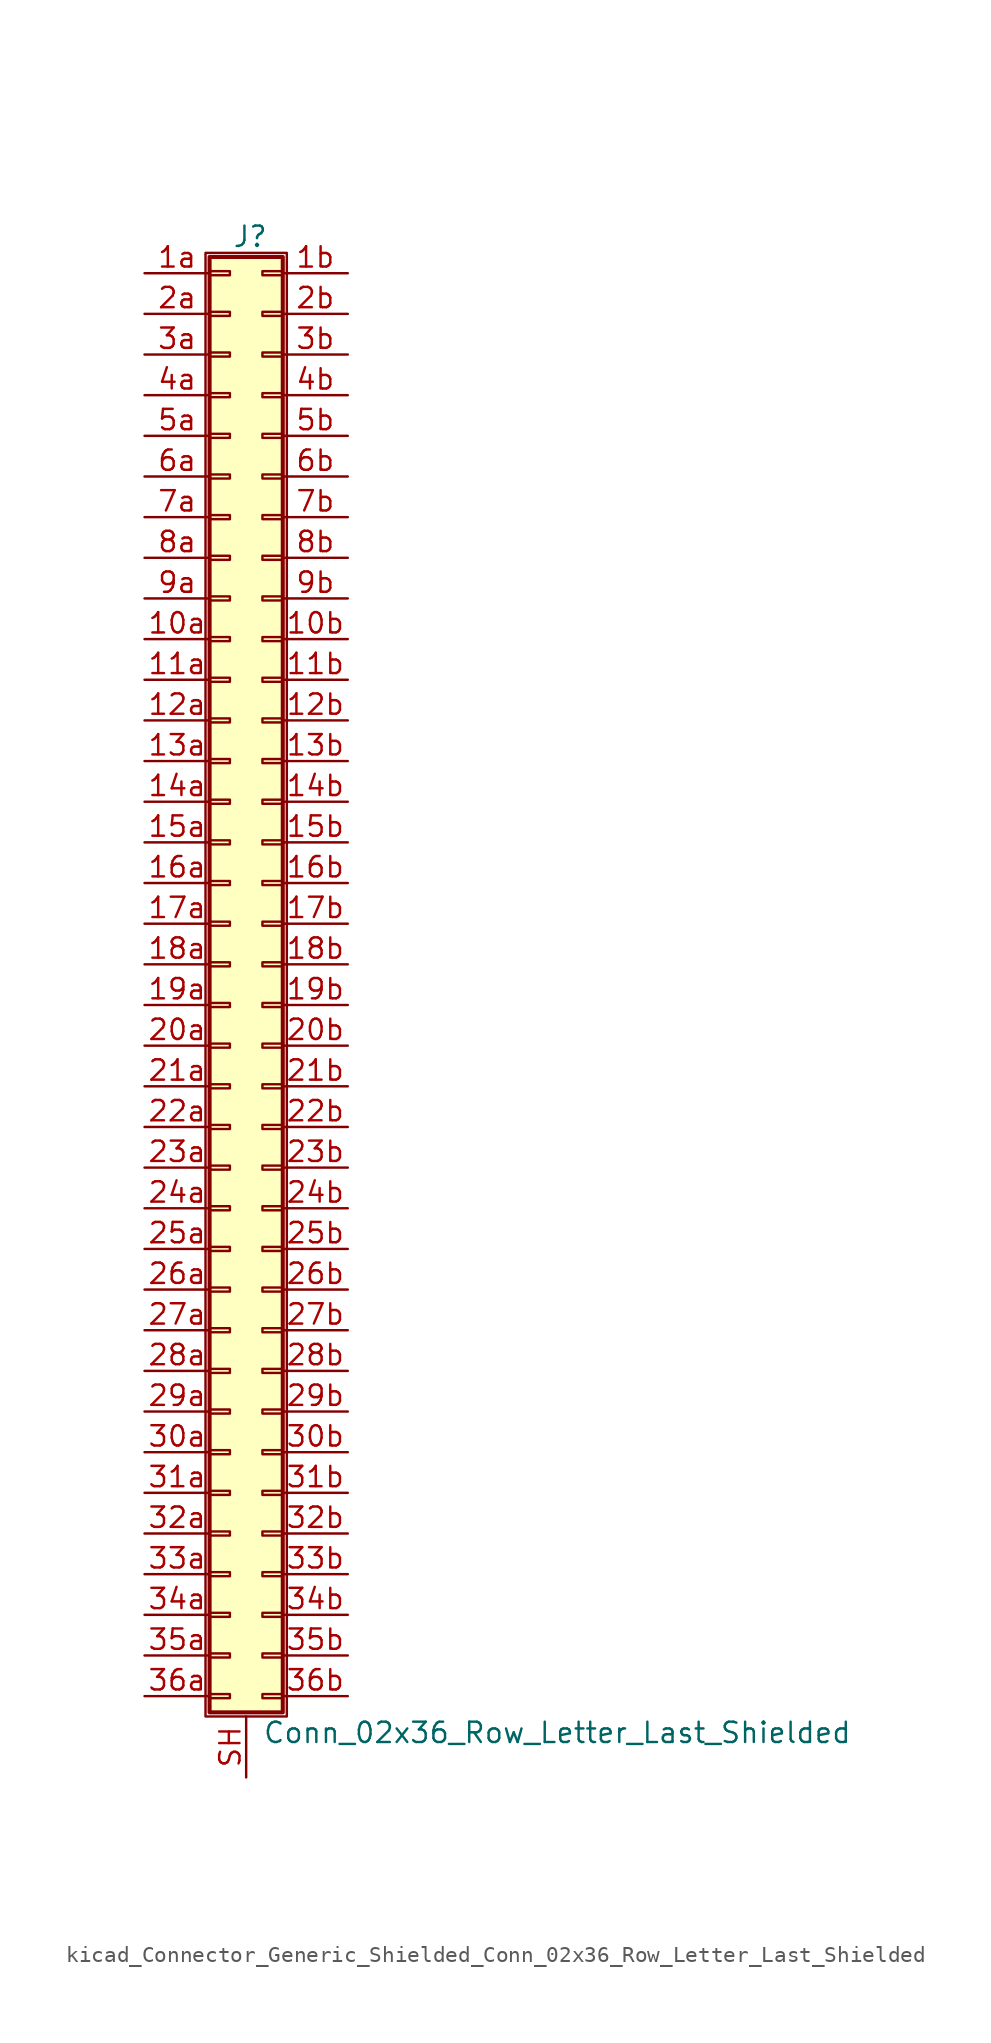
<source format=kicad_sym>
(kicad_symbol_lib
  (version 20220914)
  (generator kicad_symbol_editor)
  (symbol "kicad_Connector_Generic_Shielded_Conn_02x36_Row_Letter_Last_Shielded"
    (pin_names
      (offset 1.016) hide)
    (property "Reference" "J"
      (at 1.524 45.466 0)
      (effects (font (size 1.27 1.27))))
    (property "Value" "Conn_02x36_Row_Letter_Last_Shielded"
      (at 2.286 -48.006 0)
      (effects (font (size 1.27 1.27)) (justify left)))
    (symbol "kicad_Connector_Generic_Shielded_Conn_02x36_Row_Letter_Last_Shielded_1_1"
      (rectangle (start -1.27 44.45) (end 3.81 -46.99) (stroke (width 0.152) (type default)) (fill (type none)))
      (rectangle (start -1.016 -45.593) (end 0.254 -45.847) (stroke (width 0.152) (type default)) (fill (type none)))
      (rectangle (start -1.016 -43.053) (end 0.254 -43.307) (stroke (width 0.152) (type default)) (fill (type none)))
      (rectangle (start -1.016 -40.513) (end 0.254 -40.767) (stroke (width 0.152) (type default)) (fill (type none)))
      (rectangle (start -1.016 -37.973) (end 0.254 -38.227) (stroke (width 0.152) (type default)) (fill (type none)))
      (rectangle (start -1.016 -35.433) (end 0.254 -35.687) (stroke (width 0.152) (type default)) (fill (type none)))
      (rectangle (start -1.016 -32.893) (end 0.254 -33.147) (stroke (width 0.152) (type default)) (fill (type none)))
      (rectangle (start -1.016 -30.353) (end 0.254 -30.607) (stroke (width 0.152) (type default)) (fill (type none)))
      (rectangle (start -1.016 -27.813) (end 0.254 -28.067) (stroke (width 0.152) (type default)) (fill (type none)))
      (rectangle (start -1.016 -25.273) (end 0.254 -25.527) (stroke (width 0.152) (type default)) (fill (type none)))
      (rectangle (start -1.016 -22.733) (end 0.254 -22.987) (stroke (width 0.152) (type default)) (fill (type none)))
      (rectangle (start -1.016 -20.193) (end 0.254 -20.447) (stroke (width 0.152) (type default)) (fill (type none)))
      (rectangle (start -1.016 -17.653) (end 0.254 -17.907) (stroke (width 0.152) (type default)) (fill (type none)))
      (rectangle (start -1.016 -15.113) (end 0.254 -15.367) (stroke (width 0.152) (type default)) (fill (type none)))
      (rectangle (start -1.016 -12.573) (end 0.254 -12.827) (stroke (width 0.152) (type default)) (fill (type none)))
      (rectangle (start -1.016 -10.033) (end 0.254 -10.287) (stroke (width 0.152) (type default)) (fill (type none)))
      (rectangle (start -1.016 -7.493) (end 0.254 -7.747) (stroke (width 0.152) (type default)) (fill (type none)))
      (rectangle (start -1.016 -4.953) (end 0.254 -5.207) (stroke (width 0.152) (type default)) (fill (type none)))
      (rectangle (start -1.016 -2.413) (end 0.254 -2.667) (stroke (width 0.152) (type default)) (fill (type none)))
      (rectangle (start -1.016 0.127) (end 0.254 -0.127) (stroke (width 0.152) (type default)) (fill (type none)))
      (rectangle (start -1.016 2.667) (end 0.254 2.413) (stroke (width 0.152) (type default)) (fill (type none)))
      (rectangle (start -1.016 5.207) (end 0.254 4.953) (stroke (width 0.152) (type default)) (fill (type none)))
      (rectangle (start -1.016 7.747) (end 0.254 7.493) (stroke (width 0.152) (type default)) (fill (type none)))
      (rectangle (start -1.016 10.287) (end 0.254 10.033) (stroke (width 0.152) (type default)) (fill (type none)))
      (rectangle (start -1.016 12.827) (end 0.254 12.573) (stroke (width 0.152) (type default)) (fill (type none)))
      (rectangle (start -1.016 15.367) (end 0.254 15.113) (stroke (width 0.152) (type default)) (fill (type none)))
      (rectangle (start -1.016 17.907) (end 0.254 17.653) (stroke (width 0.152) (type default)) (fill (type none)))
      (rectangle (start -1.016 20.447) (end 0.254 20.193) (stroke (width 0.152) (type default)) (fill (type none)))
      (rectangle (start -1.016 22.987) (end 0.254 22.733) (stroke (width 0.152) (type default)) (fill (type none)))
      (rectangle (start -1.016 25.527) (end 0.254 25.273) (stroke (width 0.152) (type default)) (fill (type none)))
      (rectangle (start -1.016 28.067) (end 0.254 27.813) (stroke (width 0.152) (type default)) (fill (type none)))
      (rectangle (start -1.016 30.607) (end 0.254 30.353) (stroke (width 0.152) (type default)) (fill (type none)))
      (rectangle (start -1.016 33.147) (end 0.254 32.893) (stroke (width 0.152) (type default)) (fill (type none)))
      (rectangle (start -1.016 35.687) (end 0.254 35.433) (stroke (width 0.152) (type default)) (fill (type none)))
      (rectangle (start -1.016 38.227) (end 0.254 37.973) (stroke (width 0.152) (type default)) (fill (type none)))
      (rectangle (start -1.016 40.767) (end 0.254 40.513) (stroke (width 0.152) (type default)) (fill (type none)))
      (rectangle (start -1.016 43.307) (end 0.254 43.053) (stroke (width 0.152) (type default)) (fill (type none)))
      (rectangle (start -1.016 44.196) (end 3.556 -46.736) (stroke (width 0.254) (type default)) (fill (type background)))
      (rectangle (start 3.556 -45.593) (end 2.286 -45.847) (stroke (width 0.152) (type default)) (fill (type none)))
      (rectangle (start 3.556 -43.053) (end 2.286 -43.307) (stroke (width 0.152) (type default)) (fill (type none)))
      (rectangle (start 3.556 -40.513) (end 2.286 -40.767) (stroke (width 0.152) (type default)) (fill (type none)))
      (rectangle (start 3.556 -37.973) (end 2.286 -38.227) (stroke (width 0.152) (type default)) (fill (type none)))
      (rectangle (start 3.556 -35.433) (end 2.286 -35.687) (stroke (width 0.152) (type default)) (fill (type none)))
      (rectangle (start 3.556 -32.893) (end 2.286 -33.147) (stroke (width 0.152) (type default)) (fill (type none)))
      (rectangle (start 3.556 -30.353) (end 2.286 -30.607) (stroke (width 0.152) (type default)) (fill (type none)))
      (rectangle (start 3.556 -27.813) (end 2.286 -28.067) (stroke (width 0.152) (type default)) (fill (type none)))
      (rectangle (start 3.556 -25.273) (end 2.286 -25.527) (stroke (width 0.152) (type default)) (fill (type none)))
      (rectangle (start 3.556 -22.733) (end 2.286 -22.987) (stroke (width 0.152) (type default)) (fill (type none)))
      (rectangle (start 3.556 -20.193) (end 2.286 -20.447) (stroke (width 0.152) (type default)) (fill (type none)))
      (rectangle (start 3.556 -17.653) (end 2.286 -17.907) (stroke (width 0.152) (type default)) (fill (type none)))
      (rectangle (start 3.556 -15.113) (end 2.286 -15.367) (stroke (width 0.152) (type default)) (fill (type none)))
      (rectangle (start 3.556 -12.573) (end 2.286 -12.827) (stroke (width 0.152) (type default)) (fill (type none)))
      (rectangle (start 3.556 -10.033) (end 2.286 -10.287) (stroke (width 0.152) (type default)) (fill (type none)))
      (rectangle (start 3.556 -7.493) (end 2.286 -7.747) (stroke (width 0.152) (type default)) (fill (type none)))
      (rectangle (start 3.556 -4.953) (end 2.286 -5.207) (stroke (width 0.152) (type default)) (fill (type none)))
      (rectangle (start 3.556 -2.413) (end 2.286 -2.667) (stroke (width 0.152) (type default)) (fill (type none)))
      (rectangle (start 3.556 0.127) (end 2.286 -0.127) (stroke (width 0.152) (type default)) (fill (type none)))
      (rectangle (start 3.556 2.667) (end 2.286 2.413) (stroke (width 0.152) (type default)) (fill (type none)))
      (rectangle (start 3.556 5.207) (end 2.286 4.953) (stroke (width 0.152) (type default)) (fill (type none)))
      (rectangle (start 3.556 7.747) (end 2.286 7.493) (stroke (width 0.152) (type default)) (fill (type none)))
      (rectangle (start 3.556 10.287) (end 2.286 10.033) (stroke (width 0.152) (type default)) (fill (type none)))
      (rectangle (start 3.556 12.827) (end 2.286 12.573) (stroke (width 0.152) (type default)) (fill (type none)))
      (rectangle (start 3.556 15.367) (end 2.286 15.113) (stroke (width 0.152) (type default)) (fill (type none)))
      (rectangle (start 3.556 17.907) (end 2.286 17.653) (stroke (width 0.152) (type default)) (fill (type none)))
      (rectangle (start 3.556 20.447) (end 2.286 20.193) (stroke (width 0.152) (type default)) (fill (type none)))
      (rectangle (start 3.556 22.987) (end 2.286 22.733) (stroke (width 0.152) (type default)) (fill (type none)))
      (rectangle (start 3.556 25.527) (end 2.286 25.273) (stroke (width 0.152) (type default)) (fill (type none)))
      (rectangle (start 3.556 28.067) (end 2.286 27.813) (stroke (width 0.152) (type default)) (fill (type none)))
      (rectangle (start 3.556 30.607) (end 2.286 30.353) (stroke (width 0.152) (type default)) (fill (type none)))
      (rectangle (start 3.556 33.147) (end 2.286 32.893) (stroke (width 0.152) (type default)) (fill (type none)))
      (rectangle (start 3.556 35.687) (end 2.286 35.433) (stroke (width 0.152) (type default)) (fill (type none)))
      (rectangle (start 3.556 38.227) (end 2.286 37.973) (stroke (width 0.152) (type default)) (fill (type none)))
      (rectangle (start 3.556 40.767) (end 2.286 40.513) (stroke (width 0.152) (type default)) (fill (type none)))
      (rectangle (start 3.556 43.307) (end 2.286 43.053) (stroke (width 0.152) (type default)) (fill (type none)))
      (pin passive line (at -5.08 20.32 0) (length 4.064) (name "Pin_10a" (effects (font (size 1.27 1.27)))) (number "10a" (effects (font (size 1.27 1.27)))))
      (pin passive line (at 7.62 20.32 180) (length 4.064) (name "Pin_10b" (effects (font (size 1.27 1.27)))) (number "10b" (effects (font (size 1.27 1.27)))))
      (pin passive line (at -5.08 17.78 0) (length 4.064) (name "Pin_11a" (effects (font (size 1.27 1.27)))) (number "11a" (effects (font (size 1.27 1.27)))))
      (pin passive line (at 7.62 17.78 180) (length 4.064) (name "Pin_11b" (effects (font (size 1.27 1.27)))) (number "11b" (effects (font (size 1.27 1.27)))))
      (pin passive line (at -5.08 15.24 0) (length 4.064) (name "Pin_12a" (effects (font (size 1.27 1.27)))) (number "12a" (effects (font (size 1.27 1.27)))))
      (pin passive line (at 7.62 15.24 180) (length 4.064) (name "Pin_12b" (effects (font (size 1.27 1.27)))) (number "12b" (effects (font (size 1.27 1.27)))))
      (pin passive line (at -5.08 12.7 0) (length 4.064) (name "Pin_13a" (effects (font (size 1.27 1.27)))) (number "13a" (effects (font (size 1.27 1.27)))))
      (pin passive line (at 7.62 12.7 180) (length 4.064) (name "Pin_13b" (effects (font (size 1.27 1.27)))) (number "13b" (effects (font (size 1.27 1.27)))))
      (pin passive line (at -5.08 10.16 0) (length 4.064) (name "Pin_14a" (effects (font (size 1.27 1.27)))) (number "14a" (effects (font (size 1.27 1.27)))))
      (pin passive line (at 7.62 10.16 180) (length 4.064) (name "Pin_14b" (effects (font (size 1.27 1.27)))) (number "14b" (effects (font (size 1.27 1.27)))))
      (pin passive line (at -5.08 7.62 0) (length 4.064) (name "Pin_15a" (effects (font (size 1.27 1.27)))) (number "15a" (effects (font (size 1.27 1.27)))))
      (pin passive line (at 7.62 7.62 180) (length 4.064) (name "Pin_15b" (effects (font (size 1.27 1.27)))) (number "15b" (effects (font (size 1.27 1.27)))))
      (pin passive line (at -5.08 5.08 0) (length 4.064) (name "Pin_16a" (effects (font (size 1.27 1.27)))) (number "16a" (effects (font (size 1.27 1.27)))))
      (pin passive line (at 7.62 5.08 180) (length 4.064) (name "Pin_16b" (effects (font (size 1.27 1.27)))) (number "16b" (effects (font (size 1.27 1.27)))))
      (pin passive line (at -5.08 2.54 0) (length 4.064) (name "Pin_17a" (effects (font (size 1.27 1.27)))) (number "17a" (effects (font (size 1.27 1.27)))))
      (pin passive line (at 7.62 2.54 180) (length 4.064) (name "Pin_17b" (effects (font (size 1.27 1.27)))) (number "17b" (effects (font (size 1.27 1.27)))))
      (pin passive line (at -5.08 0 0) (length 4.064) (name "Pin_18a" (effects (font (size 1.27 1.27)))) (number "18a" (effects (font (size 1.27 1.27)))))
      (pin passive line (at 7.62 0 180) (length 4.064) (name "Pin_18b" (effects (font (size 1.27 1.27)))) (number "18b" (effects (font (size 1.27 1.27)))))
      (pin passive line (at -5.08 -2.54 0) (length 4.064) (name "Pin_19a" (effects (font (size 1.27 1.27)))) (number "19a" (effects (font (size 1.27 1.27)))))
      (pin passive line (at 7.62 -2.54 180) (length 4.064) (name "Pin_19b" (effects (font (size 1.27 1.27)))) (number "19b" (effects (font (size 1.27 1.27)))))
      (pin passive line (at -5.08 43.18 0) (length 4.064) (name "Pin_1a" (effects (font (size 1.27 1.27)))) (number "1a" (effects (font (size 1.27 1.27)))))
      (pin passive line (at 7.62 43.18 180) (length 4.064) (name "Pin_1b" (effects (font (size 1.27 1.27)))) (number "1b" (effects (font (size 1.27 1.27)))))
      (pin passive line (at -5.08 -5.08 0) (length 4.064) (name "Pin_20a" (effects (font (size 1.27 1.27)))) (number "20a" (effects (font (size 1.27 1.27)))))
      (pin passive line (at 7.62 -5.08 180) (length 4.064) (name "Pin_20b" (effects (font (size 1.27 1.27)))) (number "20b" (effects (font (size 1.27 1.27)))))
      (pin passive line (at -5.08 -7.62 0) (length 4.064) (name "Pin_21a" (effects (font (size 1.27 1.27)))) (number "21a" (effects (font (size 1.27 1.27)))))
      (pin passive line (at 7.62 -7.62 180) (length 4.064) (name "Pin_21b" (effects (font (size 1.27 1.27)))) (number "21b" (effects (font (size 1.27 1.27)))))
      (pin passive line (at -5.08 -10.16 0) (length 4.064) (name "Pin_22a" (effects (font (size 1.27 1.27)))) (number "22a" (effects (font (size 1.27 1.27)))))
      (pin passive line (at 7.62 -10.16 180) (length 4.064) (name "Pin_22b" (effects (font (size 1.27 1.27)))) (number "22b" (effects (font (size 1.27 1.27)))))
      (pin passive line (at -5.08 -12.7 0) (length 4.064) (name "Pin_23a" (effects (font (size 1.27 1.27)))) (number "23a" (effects (font (size 1.27 1.27)))))
      (pin passive line (at 7.62 -12.7 180) (length 4.064) (name "Pin_23b" (effects (font (size 1.27 1.27)))) (number "23b" (effects (font (size 1.27 1.27)))))
      (pin passive line (at -5.08 -15.24 0) (length 4.064) (name "Pin_24a" (effects (font (size 1.27 1.27)))) (number "24a" (effects (font (size 1.27 1.27)))))
      (pin passive line (at 7.62 -15.24 180) (length 4.064) (name "Pin_24b" (effects (font (size 1.27 1.27)))) (number "24b" (effects (font (size 1.27 1.27)))))
      (pin passive line (at -5.08 -17.78 0) (length 4.064) (name "Pin_25a" (effects (font (size 1.27 1.27)))) (number "25a" (effects (font (size 1.27 1.27)))))
      (pin passive line (at 7.62 -17.78 180) (length 4.064) (name "Pin_25b" (effects (font (size 1.27 1.27)))) (number "25b" (effects (font (size 1.27 1.27)))))
      (pin passive line (at -5.08 -20.32 0) (length 4.064) (name "Pin_26a" (effects (font (size 1.27 1.27)))) (number "26a" (effects (font (size 1.27 1.27)))))
      (pin passive line (at 7.62 -20.32 180) (length 4.064) (name "Pin_26b" (effects (font (size 1.27 1.27)))) (number "26b" (effects (font (size 1.27 1.27)))))
      (pin passive line (at -5.08 -22.86 0) (length 4.064) (name "Pin_27a" (effects (font (size 1.27 1.27)))) (number "27a" (effects (font (size 1.27 1.27)))))
      (pin passive line (at 7.62 -22.86 180) (length 4.064) (name "Pin_27b" (effects (font (size 1.27 1.27)))) (number "27b" (effects (font (size 1.27 1.27)))))
      (pin passive line (at -5.08 -25.4 0) (length 4.064) (name "Pin_28a" (effects (font (size 1.27 1.27)))) (number "28a" (effects (font (size 1.27 1.27)))))
      (pin passive line (at 7.62 -25.4 180) (length 4.064) (name "Pin_28b" (effects (font (size 1.27 1.27)))) (number "28b" (effects (font (size 1.27 1.27)))))
      (pin passive line (at -5.08 -27.94 0) (length 4.064) (name "Pin_29a" (effects (font (size 1.27 1.27)))) (number "29a" (effects (font (size 1.27 1.27)))))
      (pin passive line (at 7.62 -27.94 180) (length 4.064) (name "Pin_29b" (effects (font (size 1.27 1.27)))) (number "29b" (effects (font (size 1.27 1.27)))))
      (pin passive line (at -5.08 40.64 0) (length 4.064) (name "Pin_2a" (effects (font (size 1.27 1.27)))) (number "2a" (effects (font (size 1.27 1.27)))))
      (pin passive line (at 7.62 40.64 180) (length 4.064) (name "Pin_2b" (effects (font (size 1.27 1.27)))) (number "2b" (effects (font (size 1.27 1.27)))))
      (pin passive line (at -5.08 -30.48 0) (length 4.064) (name "Pin_30a" (effects (font (size 1.27 1.27)))) (number "30a" (effects (font (size 1.27 1.27)))))
      (pin passive line (at 7.62 -30.48 180) (length 4.064) (name "Pin_30b" (effects (font (size 1.27 1.27)))) (number "30b" (effects (font (size 1.27 1.27)))))
      (pin passive line (at -5.08 -33.02 0) (length 4.064) (name "Pin_31a" (effects (font (size 1.27 1.27)))) (number "31a" (effects (font (size 1.27 1.27)))))
      (pin passive line (at 7.62 -33.02 180) (length 4.064) (name "Pin_31b" (effects (font (size 1.27 1.27)))) (number "31b" (effects (font (size 1.27 1.27)))))
      (pin passive line (at -5.08 -35.56 0) (length 4.064) (name "Pin_32a" (effects (font (size 1.27 1.27)))) (number "32a" (effects (font (size 1.27 1.27)))))
      (pin passive line (at 7.62 -35.56 180) (length 4.064) (name "Pin_32b" (effects (font (size 1.27 1.27)))) (number "32b" (effects (font (size 1.27 1.27)))))
      (pin passive line (at -5.08 -38.1 0) (length 4.064) (name "Pin_33a" (effects (font (size 1.27 1.27)))) (number "33a" (effects (font (size 1.27 1.27)))))
      (pin passive line (at 7.62 -38.1 180) (length 4.064) (name "Pin_33b" (effects (font (size 1.27 1.27)))) (number "33b" (effects (font (size 1.27 1.27)))))
      (pin passive line (at -5.08 -40.64 0) (length 4.064) (name "Pin_34a" (effects (font (size 1.27 1.27)))) (number "34a" (effects (font (size 1.27 1.27)))))
      (pin passive line (at 7.62 -40.64 180) (length 4.064) (name "Pin_34b" (effects (font (size 1.27 1.27)))) (number "34b" (effects (font (size 1.27 1.27)))))
      (pin passive line (at -5.08 -43.18 0) (length 4.064) (name "Pin_35a" (effects (font (size 1.27 1.27)))) (number "35a" (effects (font (size 1.27 1.27)))))
      (pin passive line (at 7.62 -43.18 180) (length 4.064) (name "Pin_35b" (effects (font (size 1.27 1.27)))) (number "35b" (effects (font (size 1.27 1.27)))))
      (pin passive line (at -5.08 -45.72 0) (length 4.064) (name "Pin_36a" (effects (font (size 1.27 1.27)))) (number "36a" (effects (font (size 1.27 1.27)))))
      (pin passive line (at 7.62 -45.72 180) (length 4.064) (name "Pin_36b" (effects (font (size 1.27 1.27)))) (number "36b" (effects (font (size 1.27 1.27)))))
      (pin passive line (at -5.08 38.1 0) (length 4.064) (name "Pin_3a" (effects (font (size 1.27 1.27)))) (number "3a" (effects (font (size 1.27 1.27)))))
      (pin passive line (at 7.62 38.1 180) (length 4.064) (name "Pin_3b" (effects (font (size 1.27 1.27)))) (number "3b" (effects (font (size 1.27 1.27)))))
      (pin passive line (at -5.08 35.56 0) (length 4.064) (name "Pin_4a" (effects (font (size 1.27 1.27)))) (number "4a" (effects (font (size 1.27 1.27)))))
      (pin passive line (at 7.62 35.56 180) (length 4.064) (name "Pin_4b" (effects (font (size 1.27 1.27)))) (number "4b" (effects (font (size 1.27 1.27)))))
      (pin passive line (at -5.08 33.02 0) (length 4.064) (name "Pin_5a" (effects (font (size 1.27 1.27)))) (number "5a" (effects (font (size 1.27 1.27)))))
      (pin passive line (at 7.62 33.02 180) (length 4.064) (name "Pin_5b" (effects (font (size 1.27 1.27)))) (number "5b" (effects (font (size 1.27 1.27)))))
      (pin passive line (at -5.08 30.48 0) (length 4.064) (name "Pin_6a" (effects (font (size 1.27 1.27)))) (number "6a" (effects (font (size 1.27 1.27)))))
      (pin passive line (at 7.62 30.48 180) (length 4.064) (name "Pin_6b" (effects (font (size 1.27 1.27)))) (number "6b" (effects (font (size 1.27 1.27)))))
      (pin passive line (at -5.08 27.94 0) (length 4.064) (name "Pin_7a" (effects (font (size 1.27 1.27)))) (number "7a" (effects (font (size 1.27 1.27)))))
      (pin passive line (at 7.62 27.94 180) (length 4.064) (name "Pin_7b" (effects (font (size 1.27 1.27)))) (number "7b" (effects (font (size 1.27 1.27)))))
      (pin passive line (at -5.08 25.4 0) (length 4.064) (name "Pin_8a" (effects (font (size 1.27 1.27)))) (number "8a" (effects (font (size 1.27 1.27)))))
      (pin passive line (at 7.62 25.4 180) (length 4.064) (name "Pin_8b" (effects (font (size 1.27 1.27)))) (number "8b" (effects (font (size 1.27 1.27)))))
      (pin passive line (at -5.08 22.86 0) (length 4.064) (name "Pin_9a" (effects (font (size 1.27 1.27)))) (number "9a" (effects (font (size 1.27 1.27)))))
      (pin passive line (at 7.62 22.86 180) (length 4.064) (name "Pin_9b" (effects (font (size 1.27 1.27)))) (number "9b" (effects (font (size 1.27 1.27)))))
      (pin passive line (at 1.27 -50.8 90) (length 3.81) (name "Shield" (effects (font (size 1.27 1.27)))) (number "SH" (effects (font (size 1.27 1.27))))))))
</source>
